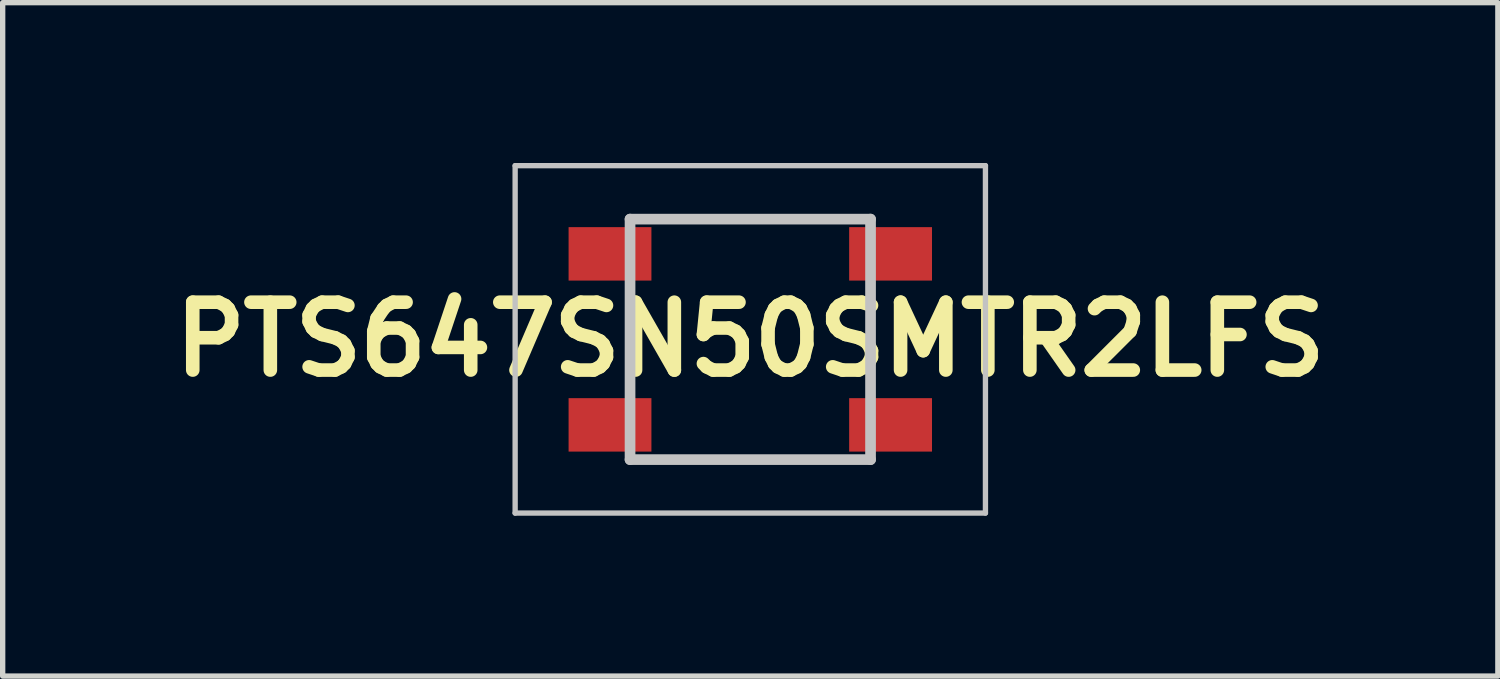
<source format=kicad_pcb>
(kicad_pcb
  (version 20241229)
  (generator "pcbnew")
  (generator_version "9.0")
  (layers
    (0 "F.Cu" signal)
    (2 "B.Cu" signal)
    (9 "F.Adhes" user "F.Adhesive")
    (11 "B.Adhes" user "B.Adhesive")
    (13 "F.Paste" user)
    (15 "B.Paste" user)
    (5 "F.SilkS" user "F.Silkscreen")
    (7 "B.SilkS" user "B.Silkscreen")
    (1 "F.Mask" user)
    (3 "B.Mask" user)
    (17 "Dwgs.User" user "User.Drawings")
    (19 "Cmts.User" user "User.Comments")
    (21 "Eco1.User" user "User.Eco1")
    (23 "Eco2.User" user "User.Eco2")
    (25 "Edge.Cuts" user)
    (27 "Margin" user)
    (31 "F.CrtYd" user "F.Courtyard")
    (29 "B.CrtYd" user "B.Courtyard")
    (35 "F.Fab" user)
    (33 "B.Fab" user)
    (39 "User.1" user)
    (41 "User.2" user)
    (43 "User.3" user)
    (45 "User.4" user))
  (footprint "PTS647SN50SMTR2LFS"
    (layer "F.Cu")
    (at 10.989 3.3)
    (property "Reference" "PTS647SN50SMTR2LFS" (at 0 0 0) (layer "F.SilkS") (effects (font (size 1.27 1.27) (thickness 0.254))))
    (attr smd)
    (fp_line (start -2.25 0.5) (end -2.25 -0.5) (stroke (width 0.1) (type solid)) (layer "F.SilkS"))
    (fp_line (start -1.5 -2.25) (end 1.5 -2.25) (stroke (width 0.1) (type solid)) (layer "F.SilkS"))
    (fp_line (start -1.5 2.25) (end 1.5 2.25) (stroke (width 0.1) (type solid)) (layer "F.SilkS"))
    (fp_line (start 2.25 0.5) (end 2.25 -0.5) (stroke (width 0.1) (type solid)) (layer "F.SilkS"))
    (fp_line (start -4.4 -3.25) (end 4.4 -3.25) (stroke (width 0.1) (type solid)) (layer "Dwgs.User"))
    (fp_line (start -4.4 3.25) (end -4.4 -3.25) (stroke (width 0.1) (type solid)) (layer "Dwgs.User"))
    (fp_line (start -2.25 -2.25) (end 2.25 -2.25) (stroke (width 0.2) (type solid)) (layer "Dwgs.User"))
    (fp_line (start -2.25 2.25) (end -2.25 -2.25) (stroke (width 0.2) (type solid)) (layer "Dwgs.User"))
    (fp_line (start 2.25 -2.25) (end 2.25 2.25) (stroke (width 0.2) (type solid)) (layer "Dwgs.User"))
    (fp_line (start 2.25 2.25) (end -2.25 2.25) (stroke (width 0.2) (type solid)) (layer "Dwgs.User"))
    (fp_line (start 4.4 -3.25) (end 4.4 3.25) (stroke (width 0.1) (type solid)) (layer "Dwgs.User"))
    (fp_line (start 4.4 3.25) (end -4.4 3.25) (stroke (width 0.1) (type solid)) (layer "Dwgs.User"))
    (pad "1" smd rect (at -2.625 1.6 90) (size 1 1.55) (layers "F.Cu" "F.Mask" "F.Paste"))
    (pad "2" smd rect (at 2.625 1.6 90) (size 1 1.55) (layers "F.Cu" "F.Mask" "F.Paste"))
    (pad "3" smd rect (at 2.625 -1.6 90) (size 1 1.55) (layers "F.Cu" "F.Mask" "F.Paste"))
    (pad "4" smd rect (at -2.625 -1.6 90) (size 1 1.55) (layers "F.Cu" "F.Mask" "F.Paste")))
  (gr_rect
    (start -3 -3)
    (end 24.977 9.6)
    (stroke (width 0.1) (type default))
    (fill no)
    (layer "Edge.Cuts")))
</source>
